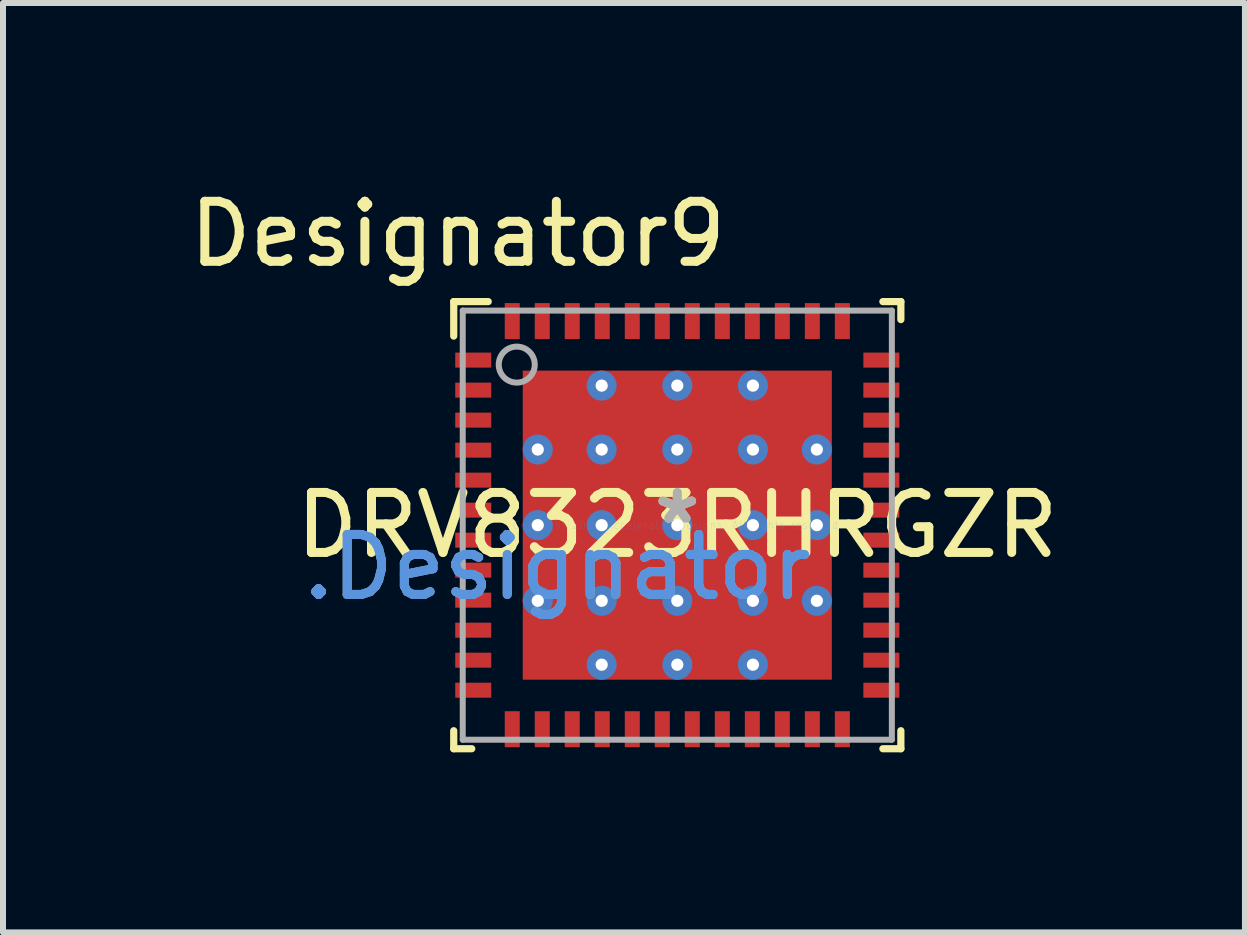
<source format=kicad_pcb>
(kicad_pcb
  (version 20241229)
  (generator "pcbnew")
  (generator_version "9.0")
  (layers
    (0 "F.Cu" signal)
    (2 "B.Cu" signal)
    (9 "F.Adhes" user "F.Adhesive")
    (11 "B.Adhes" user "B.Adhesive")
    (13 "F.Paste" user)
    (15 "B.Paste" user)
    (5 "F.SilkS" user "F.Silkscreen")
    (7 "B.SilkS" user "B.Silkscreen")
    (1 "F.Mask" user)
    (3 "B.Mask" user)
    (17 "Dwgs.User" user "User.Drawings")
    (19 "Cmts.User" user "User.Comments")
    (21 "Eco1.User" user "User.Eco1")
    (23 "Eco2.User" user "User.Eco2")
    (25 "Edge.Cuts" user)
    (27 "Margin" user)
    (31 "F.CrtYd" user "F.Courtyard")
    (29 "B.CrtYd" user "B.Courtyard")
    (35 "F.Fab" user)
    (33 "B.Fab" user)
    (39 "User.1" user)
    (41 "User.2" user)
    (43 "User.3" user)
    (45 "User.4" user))
  (footprint "DRV8323RHRGZR"
    (layer "F.Cu")
    (at 8.235 5.7)
    (property "Reference" "DRV8323RHRGZR" (at 0 0 0) (layer "F.SilkS") (effects (font (size 1 1) (thickness 0.15))))
    (attr through_hole)
    (fp_line (start -3.725 -3.725) (end -3.15 -3.725) (stroke (width 0.12) (type solid)) (layer "F.SilkS"))
    (fp_line (start -3.725 -3.15) (end -3.725 -3.725) (stroke (width 0.12) (type solid)) (layer "F.SilkS"))
    (fp_line (start -3.725 3.725) (end -3.725 3.425) (stroke (width 0.12) (type solid)) (layer "F.SilkS"))
    (fp_line (start -3.725 3.725) (end -3.425 3.725) (stroke (width 0.12) (type solid)) (layer "F.SilkS"))
    (fp_line (start 3.425 -3.725) (end 3.725 -3.725) (stroke (width 0.12) (type solid)) (layer "F.SilkS"))
    (fp_line (start 3.425 3.725) (end 3.725 3.725) (stroke (width 0.12) (type solid)) (layer "F.SilkS"))
    (fp_line (start 3.725 -3.425) (end 3.725 -3.725) (stroke (width 0.12) (type solid)) (layer "F.SilkS"))
    (fp_line (start 3.725 3.725) (end 3.725 3.425) (stroke (width 0.12) (type solid)) (layer "F.SilkS"))
    (fp_poly (pts (xy -1.36 -2.372) (xy -1.36 -1.408) (xy -1.361 -1.398) (xy -1.364 -1.389) (xy -1.368 -1.381) (xy -1.374 -1.374) (xy -1.381 -1.368) (xy -1.389 -1.364) (xy -1.398 -1.361) (xy -1.408 -1.36) (xy -2.372 -1.36) (xy -2.382 -1.361) (xy -2.391 -1.364) (xy -2.399 -1.368) (xy -2.406 -1.374) (xy -2.412 -1.381) (xy -2.416 -1.389) (xy -2.419 -1.398) (xy -2.42 -1.408) (xy -2.42 -2.372) (xy -2.419 -2.382) (xy -2.416 -2.391) (xy -2.412 -2.399) (xy -2.406 -2.406) (xy -2.399 -2.412) (xy -2.391 -2.416) (xy -2.382 -2.419) (xy -2.372 -2.42) (xy -1.408 -2.42) (xy -1.398 -2.419) (xy -1.389 -2.416) (xy -1.381 -2.412) (xy -1.374 -2.406) (xy -1.368 -2.399) (xy -1.364 -2.391) (xy -1.361 -2.382)) (stroke (width 0.1) (type solid)) (fill yes) (layer "F.Paste"))
    (fp_poly (pts (xy -1.36 -1.112) (xy -1.36 -0.148) (xy -1.361 -0.138) (xy -1.364 -0.129) (xy -1.368 -0.121) (xy -1.374 -0.114) (xy -1.381 -0.108) (xy -1.389 -0.104) (xy -1.398 -0.101) (xy -1.408 -0.1) (xy -2.372 -0.1) (xy -2.382 -0.101) (xy -2.391 -0.104) (xy -2.399 -0.108) (xy -2.406 -0.114) (xy -2.412 -0.121) (xy -2.416 -0.129) (xy -2.419 -0.138) (xy -2.42 -0.148) (xy -2.42 -1.112) (xy -2.419 -1.122) (xy -2.416 -1.131) (xy -2.412 -1.139) (xy -2.406 -1.146) (xy -2.399 -1.152) (xy -2.391 -1.156) (xy -2.382 -1.159) (xy -2.372 -1.16) (xy -1.408 -1.16) (xy -1.398 -1.159) (xy -1.389 -1.156) (xy -1.381 -1.152) (xy -1.374 -1.146) (xy -1.368 -1.139) (xy -1.364 -1.131) (xy -1.361 -1.122)) (stroke (width 0.1) (type solid)) (fill yes) (layer "F.Paste"))
    (fp_poly (pts (xy -1.36 0.148) (xy -1.36 1.112) (xy -1.361 1.122) (xy -1.364 1.131) (xy -1.368 1.139) (xy -1.374 1.146) (xy -1.381 1.152) (xy -1.389 1.156) (xy -1.398 1.159) (xy -1.408 1.16) (xy -2.372 1.16) (xy -2.382 1.159) (xy -2.391 1.156) (xy -2.399 1.152) (xy -2.406 1.146) (xy -2.412 1.139) (xy -2.416 1.131) (xy -2.419 1.122) (xy -2.42 1.112) (xy -2.42 0.148) (xy -2.419 0.138) (xy -2.416 0.129) (xy -2.412 0.121) (xy -2.406 0.114) (xy -2.399 0.108) (xy -2.391 0.104) (xy -2.382 0.101) (xy -2.372 0.1) (xy -1.408 0.1) (xy -1.398 0.101) (xy -1.389 0.104) (xy -1.381 0.108) (xy -1.374 0.114) (xy -1.368 0.121) (xy -1.364 0.129) (xy -1.361 0.138)) (stroke (width 0.1) (type solid)) (fill yes) (layer "F.Paste"))
    (fp_poly (pts (xy -1.36 1.408) (xy -1.36 2.372) (xy -1.361 2.382) (xy -1.364 2.391) (xy -1.368 2.399) (xy -1.374 2.406) (xy -1.381 2.412) (xy -1.389 2.416) (xy -1.398 2.419) (xy -1.408 2.42) (xy -2.372 2.42) (xy -2.382 2.419) (xy -2.391 2.416) (xy -2.399 2.412) (xy -2.406 2.406) (xy -2.412 2.399) (xy -2.416 2.391) (xy -2.419 2.382) (xy -2.42 2.372) (xy -2.42 1.408) (xy -2.419 1.398) (xy -2.416 1.389) (xy -2.412 1.381) (xy -2.406 1.374) (xy -2.399 1.368) (xy -2.391 1.364) (xy -2.382 1.361) (xy -2.372 1.36) (xy -1.408 1.36) (xy -1.398 1.361) (xy -1.389 1.364) (xy -1.381 1.368) (xy -1.374 1.374) (xy -1.368 1.381) (xy -1.364 1.389) (xy -1.361 1.398)) (stroke (width 0.1) (type solid)) (fill yes) (layer "F.Paste"))
    (fp_poly (pts (xy -0.1 -2.372) (xy -0.1 -1.408) (xy -0.101 -1.398) (xy -0.104 -1.389) (xy -0.108 -1.381) (xy -0.114 -1.374) (xy -0.121 -1.368) (xy -0.129 -1.364) (xy -0.138 -1.361) (xy -0.148 -1.36) (xy -1.112 -1.36) (xy -1.122 -1.361) (xy -1.131 -1.364) (xy -1.139 -1.368) (xy -1.146 -1.374) (xy -1.152 -1.381) (xy -1.156 -1.389) (xy -1.159 -1.398) (xy -1.16 -1.408) (xy -1.16 -2.372) (xy -1.159 -2.382) (xy -1.156 -2.391) (xy -1.152 -2.399) (xy -1.146 -2.406) (xy -1.139 -2.412) (xy -1.131 -2.416) (xy -1.122 -2.419) (xy -1.112 -2.42) (xy -0.148 -2.42) (xy -0.138 -2.419) (xy -0.129 -2.416) (xy -0.121 -2.412) (xy -0.114 -2.406) (xy -0.108 -2.399) (xy -0.104 -2.391) (xy -0.101 -2.382)) (stroke (width 0.1) (type solid)) (fill yes) (layer "F.Paste"))
    (fp_poly (pts (xy -0.1 -1.112) (xy -0.1 -0.148) (xy -0.101 -0.138) (xy -0.104 -0.129) (xy -0.108 -0.121) (xy -0.114 -0.114) (xy -0.121 -0.108) (xy -0.129 -0.104) (xy -0.138 -0.101) (xy -0.148 -0.1) (xy -1.112 -0.1) (xy -1.122 -0.101) (xy -1.131 -0.104) (xy -1.139 -0.108) (xy -1.146 -0.114) (xy -1.152 -0.121) (xy -1.156 -0.129) (xy -1.159 -0.138) (xy -1.16 -0.148) (xy -1.16 -1.112) (xy -1.159 -1.122) (xy -1.156 -1.131) (xy -1.152 -1.139) (xy -1.146 -1.146) (xy -1.139 -1.152) (xy -1.131 -1.156) (xy -1.122 -1.159) (xy -1.112 -1.16) (xy -0.148 -1.16) (xy -0.138 -1.159) (xy -0.129 -1.156) (xy -0.121 -1.152) (xy -0.114 -1.146) (xy -0.108 -1.139) (xy -0.104 -1.131) (xy -0.101 -1.122)) (stroke (width 0.1) (type solid)) (fill yes) (layer "F.Paste"))
    (fp_poly (pts (xy -0.1 0.148) (xy -0.1 1.112) (xy -0.101 1.122) (xy -0.104 1.131) (xy -0.108 1.139) (xy -0.114 1.146) (xy -0.121 1.152) (xy -0.129 1.156) (xy -0.138 1.159) (xy -0.148 1.16) (xy -1.112 1.16) (xy -1.122 1.159) (xy -1.131 1.156) (xy -1.139 1.152) (xy -1.146 1.146) (xy -1.152 1.139) (xy -1.156 1.131) (xy -1.159 1.122) (xy -1.16 1.112) (xy -1.16 0.148) (xy -1.159 0.138) (xy -1.156 0.129) (xy -1.152 0.121) (xy -1.146 0.114) (xy -1.139 0.108) (xy -1.131 0.104) (xy -1.122 0.101) (xy -1.112 0.1) (xy -0.148 0.1) (xy -0.138 0.101) (xy -0.129 0.104) (xy -0.121 0.108) (xy -0.114 0.114) (xy -0.108 0.121) (xy -0.104 0.129) (xy -0.101 0.138)) (stroke (width 0.1) (type solid)) (fill yes) (layer "F.Paste"))
    (fp_poly (pts (xy -0.1 1.408) (xy -0.1 2.372) (xy -0.101 2.382) (xy -0.104 2.391) (xy -0.108 2.399) (xy -0.114 2.406) (xy -0.121 2.412) (xy -0.129 2.416) (xy -0.138 2.419) (xy -0.148 2.42) (xy -1.112 2.42) (xy -1.122 2.419) (xy -1.131 2.416) (xy -1.139 2.412) (xy -1.146 2.406) (xy -1.152 2.399) (xy -1.156 2.391) (xy -1.159 2.382) (xy -1.16 2.372) (xy -1.16 1.408) (xy -1.159 1.398) (xy -1.156 1.389) (xy -1.152 1.381) (xy -1.146 1.374) (xy -1.139 1.368) (xy -1.131 1.364) (xy -1.122 1.361) (xy -1.112 1.36) (xy -0.148 1.36) (xy -0.138 1.361) (xy -0.129 1.364) (xy -0.121 1.368) (xy -0.114 1.374) (xy -0.108 1.381) (xy -0.104 1.389) (xy -0.101 1.398)) (stroke (width 0.1) (type solid)) (fill yes) (layer "F.Paste"))
    (fp_poly (pts (xy 0.1 -1.408) (xy 0.1 -2.372) (xy 0.101 -2.382) (xy 0.104 -2.391) (xy 0.108 -2.399) (xy 0.114 -2.406) (xy 0.121 -2.412) (xy 0.129 -2.416) (xy 0.138 -2.419) (xy 0.148 -2.42) (xy 1.112 -2.42) (xy 1.122 -2.419) (xy 1.131 -2.416) (xy 1.139 -2.412) (xy 1.146 -2.406) (xy 1.152 -2.399) (xy 1.156 -2.391) (xy 1.159 -2.382) (xy 1.16 -2.372) (xy 1.16 -1.408) (xy 1.159 -1.398) (xy 1.156 -1.389) (xy 1.152 -1.381) (xy 1.146 -1.374) (xy 1.139 -1.368) (xy 1.131 -1.364) (xy 1.122 -1.361) (xy 1.112 -1.36) (xy 0.148 -1.36) (xy 0.138 -1.361) (xy 0.129 -1.364) (xy 0.121 -1.368) (xy 0.114 -1.374) (xy 0.108 -1.381) (xy 0.104 -1.389) (xy 0.101 -1.398)) (stroke (width 0.1) (type solid)) (fill yes) (layer "F.Paste"))
    (fp_poly (pts (xy 0.1 -0.148) (xy 0.1 -1.112) (xy 0.101 -1.122) (xy 0.104 -1.131) (xy 0.108 -1.139) (xy 0.114 -1.146) (xy 0.121 -1.152) (xy 0.129 -1.156) (xy 0.138 -1.159) (xy 0.148 -1.16) (xy 1.112 -1.16) (xy 1.122 -1.159) (xy 1.131 -1.156) (xy 1.139 -1.152) (xy 1.146 -1.146) (xy 1.152 -1.139) (xy 1.156 -1.131) (xy 1.159 -1.122) (xy 1.16 -1.112) (xy 1.16 -0.148) (xy 1.159 -0.138) (xy 1.156 -0.129) (xy 1.152 -0.121) (xy 1.146 -0.114) (xy 1.139 -0.108) (xy 1.131 -0.104) (xy 1.122 -0.101) (xy 1.112 -0.1) (xy 0.148 -0.1) (xy 0.138 -0.101) (xy 0.129 -0.104) (xy 0.121 -0.108) (xy 0.114 -0.114) (xy 0.108 -0.121) (xy 0.104 -0.129) (xy 0.101 -0.138)) (stroke (width 0.1) (type solid)) (fill yes) (layer "F.Paste"))
    (fp_poly (pts (xy 0.1 1.112) (xy 0.1 0.148) (xy 0.101 0.138) (xy 0.104 0.129) (xy 0.108 0.121) (xy 0.114 0.114) (xy 0.121 0.108) (xy 0.129 0.104) (xy 0.138 0.101) (xy 0.148 0.1) (xy 1.112 0.1) (xy 1.122 0.101) (xy 1.131 0.104) (xy 1.139 0.108) (xy 1.146 0.114) (xy 1.152 0.121) (xy 1.156 0.129) (xy 1.159 0.138) (xy 1.16 0.148) (xy 1.16 1.112) (xy 1.159 1.122) (xy 1.156 1.131) (xy 1.152 1.139) (xy 1.146 1.146) (xy 1.139 1.152) (xy 1.131 1.156) (xy 1.122 1.159) (xy 1.112 1.16) (xy 0.148 1.16) (xy 0.138 1.159) (xy 0.129 1.156) (xy 0.121 1.152) (xy 0.114 1.146) (xy 0.108 1.139) (xy 0.104 1.131) (xy 0.101 1.122)) (stroke (width 0.1) (type solid)) (fill yes) (layer "F.Paste"))
    (fp_poly (pts (xy 0.1 2.372) (xy 0.1 1.408) (xy 0.101 1.398) (xy 0.104 1.389) (xy 0.108 1.381) (xy 0.114 1.374) (xy 0.121 1.368) (xy 0.129 1.364) (xy 0.138 1.361) (xy 0.148 1.36) (xy 1.112 1.36) (xy 1.122 1.361) (xy 1.131 1.364) (xy 1.139 1.368) (xy 1.146 1.374) (xy 1.152 1.381) (xy 1.156 1.389) (xy 1.159 1.398) (xy 1.16 1.408) (xy 1.16 2.372) (xy 1.159 2.382) (xy 1.156 2.391) (xy 1.152 2.399) (xy 1.146 2.406) (xy 1.139 2.412) (xy 1.131 2.416) (xy 1.122 2.419) (xy 1.112 2.42) (xy 0.148 2.42) (xy 0.138 2.419) (xy 0.129 2.416) (xy 0.121 2.412) (xy 0.114 2.406) (xy 0.108 2.399) (xy 0.104 2.391) (xy 0.101 2.382)) (stroke (width 0.1) (type solid)) (fill yes) (layer "F.Paste"))
    (fp_poly (pts (xy 1.36 -1.408) (xy 1.36 -2.372) (xy 1.361 -2.382) (xy 1.364 -2.391) (xy 1.368 -2.399) (xy 1.374 -2.406) (xy 1.381 -2.412) (xy 1.389 -2.416) (xy 1.398 -2.419) (xy 1.408 -2.42) (xy 2.372 -2.42) (xy 2.382 -2.419) (xy 2.391 -2.416) (xy 2.399 -2.412) (xy 2.406 -2.406) (xy 2.412 -2.399) (xy 2.416 -2.391) (xy 2.419 -2.382) (xy 2.42 -2.372) (xy 2.42 -1.408) (xy 2.419 -1.398) (xy 2.416 -1.389) (xy 2.412 -1.381) (xy 2.406 -1.374) (xy 2.399 -1.368) (xy 2.391 -1.364) (xy 2.382 -1.361) (xy 2.372 -1.36) (xy 1.408 -1.36) (xy 1.398 -1.361) (xy 1.389 -1.364) (xy 1.381 -1.368) (xy 1.374 -1.374) (xy 1.368 -1.381) (xy 1.364 -1.389) (xy 1.361 -1.398)) (stroke (width 0.1) (type solid)) (fill yes) (layer "F.Paste"))
    (fp_poly (pts (xy 1.36 -0.148) (xy 1.36 -1.112) (xy 1.361 -1.122) (xy 1.364 -1.131) (xy 1.368 -1.139) (xy 1.374 -1.146) (xy 1.381 -1.152) (xy 1.389 -1.156) (xy 1.398 -1.159) (xy 1.408 -1.16) (xy 2.372 -1.16) (xy 2.382 -1.159) (xy 2.391 -1.156) (xy 2.399 -1.152) (xy 2.406 -1.146) (xy 2.412 -1.139) (xy 2.416 -1.131) (xy 2.419 -1.122) (xy 2.42 -1.112) (xy 2.42 -0.148) (xy 2.419 -0.138) (xy 2.416 -0.129) (xy 2.412 -0.121) (xy 2.406 -0.114) (xy 2.399 -0.108) (xy 2.391 -0.104) (xy 2.382 -0.101) (xy 2.372 -0.1) (xy 1.408 -0.1) (xy 1.398 -0.101) (xy 1.389 -0.104) (xy 1.381 -0.108) (xy 1.374 -0.114) (xy 1.368 -0.121) (xy 1.364 -0.129) (xy 1.361 -0.138)) (stroke (width 0.1) (type solid)) (fill yes) (layer "F.Paste"))
    (fp_poly (pts (xy 1.36 1.112) (xy 1.36 0.148) (xy 1.361 0.138) (xy 1.364 0.129) (xy 1.368 0.121) (xy 1.374 0.114) (xy 1.381 0.108) (xy 1.389 0.104) (xy 1.398 0.101) (xy 1.408 0.1) (xy 2.372 0.1) (xy 2.382 0.101) (xy 2.391 0.104) (xy 2.399 0.108) (xy 2.406 0.114) (xy 2.412 0.121) (xy 2.416 0.129) (xy 2.419 0.138) (xy 2.42 0.148) (xy 2.42 1.112) (xy 2.419 1.122) (xy 2.416 1.131) (xy 2.412 1.139) (xy 2.406 1.146) (xy 2.399 1.152) (xy 2.391 1.156) (xy 2.382 1.159) (xy 2.372 1.16) (xy 1.408 1.16) (xy 1.398 1.159) (xy 1.389 1.156) (xy 1.381 1.152) (xy 1.374 1.146) (xy 1.368 1.139) (xy 1.364 1.131) (xy 1.361 1.122)) (stroke (width 0.1) (type solid)) (fill yes) (layer "F.Paste"))
    (fp_poly (pts (xy 1.36 2.372) (xy 1.36 1.408) (xy 1.361 1.398) (xy 1.364 1.389) (xy 1.368 1.381) (xy 1.374 1.374) (xy 1.381 1.368) (xy 1.389 1.364) (xy 1.398 1.361) (xy 1.408 1.36) (xy 2.372 1.36) (xy 2.382 1.361) (xy 2.391 1.364) (xy 2.399 1.368) (xy 2.406 1.374) (xy 2.412 1.381) (xy 2.416 1.389) (xy 2.419 1.398) (xy 2.42 1.408) (xy 2.42 2.372) (xy 2.419 2.382) (xy 2.416 2.391) (xy 2.412 2.399) (xy 2.406 2.406) (xy 2.399 2.412) (xy 2.391 2.416) (xy 2.382 2.419) (xy 2.372 2.42) (xy 1.408 2.42) (xy 1.398 2.419) (xy 1.389 2.416) (xy 1.381 2.412) (xy 1.374 2.406) (xy 1.368 2.399) (xy 1.364 2.391) (xy 1.361 2.382)) (stroke (width 0.1) (type solid)) (fill yes) (layer "F.Paste"))
    (fp_line (start -3.575 -3.575) (end 3.575 -3.575) (stroke (width 0.1) (type solid)) (layer "F.Fab"))
    (fp_line (start -3.575 3.575) (end -3.575 -3.575) (stroke (width 0.1) (type solid)) (layer "F.Fab"))
    (fp_line (start -3.575 3.575) (end 3.575 3.575) (stroke (width 0.1) (type solid)) (layer "F.Fab"))
    (fp_line (start 3.575 3.575) (end 3.575 -3.575) (stroke (width 0.1) (type solid)) (layer "F.Fab"))
    (fp_circle (center -2.675 -2.675) (end -2.375 -2.675) (stroke (width 0.1) (type solid)) (fill no) (layer "F.Fab"))
    (fp_text user "*" (at 0 0 0) (layer "F.SilkS") (effects (font (size 1 1) (thickness 0.15))))
    (fp_text user "Designator9" (at -3.658 -4.851 0) (layer "F.SilkS") (effects (font (size 1 1) (thickness 0.15))))
    (fp_text user ".Designator" (at -2 0.7 0) (layer "Cmts.User") (effects (font (size 1 1) (thickness 0.15))))
    (fp_text user "Copyright 2021 Accelerated Designs. All rights reserved." (at 0 0 0) (layer "Cmts.User") (effects (font (size 0.127 0.127) (thickness 0.002))))
    (fp_text user "*" (at 0 0 0) (layer "F.Fab") (effects (font (size 1 1) (thickness 0.15))))
    (fp_text user ".Designator" (at -2 0.7 0) (layer "F.Fab") (effects (font (size 1 1) (thickness 0.15))))
    (pad "1" smd rect (at -3.4 -2.75 90) (size 0.25 0.6) (layers "F.Cu" "F.Mask" "F.Paste"))
    (pad "2" smd rect (at -3.4 -2.25 90) (size 0.25 0.6) (layers "F.Cu" "F.Mask" "F.Paste"))
    (pad "3" smd rect (at -3.4 -1.75 90) (size 0.25 0.6) (layers "F.Cu" "F.Mask" "F.Paste"))
    (pad "4" smd rect (at -3.4 -1.25 90) (size 0.25 0.6) (layers "F.Cu" "F.Mask" "F.Paste"))
    (pad "5" smd rect (at -3.4 -0.75 90) (size 0.25 0.6) (layers "F.Cu" "F.Mask" "F.Paste"))
    (pad "6" smd rect (at -3.4 -0.25 90) (size 0.25 0.6) (layers "F.Cu" "F.Mask" "F.Paste"))
    (pad "7" smd rect (at -3.4 0.25 90) (size 0.25 0.6) (layers "F.Cu" "F.Mask" "F.Paste"))
    (pad "8" smd rect (at -3.4 0.75 90) (size 0.25 0.6) (layers "F.Cu" "F.Mask" "F.Paste"))
    (pad "9" smd rect (at -3.4 1.25 90) (size 0.25 0.6) (layers "F.Cu" "F.Mask" "F.Paste"))
    (pad "10" smd rect (at -3.4 1.75 90) (size 0.25 0.6) (layers "F.Cu" "F.Mask" "F.Paste"))
    (pad "11" smd rect (at -3.4 2.25 90) (size 0.25 0.6) (layers "F.Cu" "F.Mask" "F.Paste"))
    (pad "12" smd rect (at -3.4 2.75 90) (size 0.25 0.6) (layers "F.Cu" "F.Mask" "F.Paste"))
    (pad "13" smd rect (at -2.75 3.4) (size 0.25 0.6) (layers "F.Cu" "F.Mask" "F.Paste"))
    (pad "14" smd rect (at -2.25 3.4) (size 0.25 0.6) (layers "F.Cu" "F.Mask" "F.Paste"))
    (pad "15" smd rect (at -1.75 3.4) (size 0.25 0.6) (layers "F.Cu" "F.Mask" "F.Paste"))
    (pad "16" smd rect (at -1.25 3.4) (size 0.25 0.6) (layers "F.Cu" "F.Mask" "F.Paste"))
    (pad "17" smd rect (at -0.75 3.4) (size 0.25 0.6) (layers "F.Cu" "F.Mask" "F.Paste"))
    (pad "18" smd rect (at -0.25 3.4) (size 0.25 0.6) (layers "F.Cu" "F.Mask" "F.Paste"))
    (pad "19" smd rect (at 0.25 3.4) (size 0.25 0.6) (layers "F.Cu" "F.Mask" "F.Paste"))
    (pad "20" smd rect (at 0.75 3.4) (size 0.25 0.6) (layers "F.Cu" "F.Mask" "F.Paste"))
    (pad "21" smd rect (at 1.25 3.4) (size 0.25 0.6) (layers "F.Cu" "F.Mask" "F.Paste"))
    (pad "22" smd rect (at 1.75 3.4) (size 0.25 0.6) (layers "F.Cu" "F.Mask" "F.Paste"))
    (pad "23" smd rect (at 2.25 3.4) (size 0.25 0.6) (layers "F.Cu" "F.Mask" "F.Paste"))
    (pad "24" smd rect (at 2.75 3.4) (size 0.25 0.6) (layers "F.Cu" "F.Mask" "F.Paste"))
    (pad "25" smd rect (at 3.4 2.75 90) (size 0.25 0.6) (layers "F.Cu" "F.Mask" "F.Paste"))
    (pad "26" smd rect (at 3.4 2.25 90) (size 0.25 0.6) (layers "F.Cu" "F.Mask" "F.Paste"))
    (pad "27" smd rect (at 3.4 1.75 90) (size 0.25 0.6) (layers "F.Cu" "F.Mask" "F.Paste"))
    (pad "28" smd rect (at 3.4 1.25 90) (size 0.25 0.6) (layers "F.Cu" "F.Mask" "F.Paste"))
    (pad "29" smd rect (at 3.4 0.75 90) (size 0.25 0.6) (layers "F.Cu" "F.Mask" "F.Paste"))
    (pad "30" smd rect (at 3.4 0.25 90) (size 0.25 0.6) (layers "F.Cu" "F.Mask" "F.Paste"))
    (pad "31" smd rect (at 3.4 -0.25 90) (size 0.25 0.6) (layers "F.Cu" "F.Mask" "F.Paste"))
    (pad "32" smd rect (at 3.4 -0.75 90) (size 0.25 0.6) (layers "F.Cu" "F.Mask" "F.Paste"))
    (pad "33" smd rect (at 3.4 -1.25 90) (size 0.25 0.6) (layers "F.Cu" "F.Mask" "F.Paste"))
    (pad "34" smd rect (at 3.4 -1.75 90) (size 0.25 0.6) (layers "F.Cu" "F.Mask" "F.Paste"))
    (pad "35" smd rect (at 3.4 -2.25 90) (size 0.25 0.6) (layers "F.Cu" "F.Mask" "F.Paste"))
    (pad "36" smd rect (at 3.4 -2.75 90) (size 0.25 0.6) (layers "F.Cu" "F.Mask" "F.Paste"))
    (pad "37" smd rect (at 2.75 -3.4) (size 0.25 0.6) (layers "F.Cu" "F.Mask" "F.Paste"))
    (pad "38" smd rect (at 2.25 -3.4) (size 0.25 0.6) (layers "F.Cu" "F.Mask" "F.Paste"))
    (pad "39" smd rect (at 1.75 -3.4) (size 0.25 0.6) (layers "F.Cu" "F.Mask" "F.Paste"))
    (pad "40" smd rect (at 1.25 -3.4) (size 0.25 0.6) (layers "F.Cu" "F.Mask" "F.Paste"))
    (pad "41" smd rect (at 0.75 -3.4) (size 0.25 0.6) (layers "F.Cu" "F.Mask" "F.Paste"))
    (pad "42" smd rect (at 0.25 -3.4) (size 0.25 0.6) (layers "F.Cu" "F.Mask" "F.Paste"))
    (pad "43" smd rect (at -0.25 -3.4) (size 0.25 0.6) (layers "F.Cu" "F.Mask" "F.Paste"))
    (pad "44" smd rect (at -0.75 -3.4) (size 0.25 0.6) (layers "F.Cu" "F.Mask" "F.Paste"))
    (pad "45" smd rect (at -1.25 -3.4) (size 0.25 0.6) (layers "F.Cu" "F.Mask" "F.Paste"))
    (pad "46" smd rect (at -1.75 -3.4) (size 0.25 0.6) (layers "F.Cu" "F.Mask" "F.Paste"))
    (pad "47" smd rect (at -2.25 -3.4) (size 0.25 0.6) (layers "F.Cu" "F.Mask" "F.Paste"))
    (pad "48" smd rect (at -2.75 -3.4) (size 0.25 0.6) (layers "F.Cu" "F.Mask" "F.Paste"))
    (pad "49" smd rect (at 0 0) (size 5.15 5.15) (layers "F.Cu" "F.Mask"))
    (pad "V" thru_hole circle (at -2.325 -1.26) (size 0.5 0.5) (drill 0.203) (layers "*.Cu" "*.Mask"))
    (pad "V" thru_hole circle (at -2.325 0) (size 0.5 0.5) (drill 0.203) (layers "*.Cu" "*.Mask"))
    (pad "V" thru_hole circle (at -2.325 1.26) (size 0.5 0.5) (drill 0.203) (layers "*.Cu" "*.Mask"))
    (pad "V" thru_hole circle (at -1.26 -2.325) (size 0.5 0.5) (drill 0.203) (layers "*.Cu" "*.Mask"))
    (pad "V" thru_hole circle (at -1.26 -1.26) (size 0.5 0.5) (drill 0.203) (layers "*.Cu" "*.Mask"))
    (pad "V" thru_hole circle (at -1.26 0) (size 0.5 0.5) (drill 0.203) (layers "*.Cu" "*.Mask"))
    (pad "V" thru_hole circle (at -1.26 1.26) (size 0.5 0.5) (drill 0.203) (layers "*.Cu" "*.Mask"))
    (pad "V" thru_hole circle (at -1.26 2.325) (size 0.5 0.5) (drill 0.203) (layers "*.Cu" "*.Mask"))
    (pad "V" thru_hole circle (at 0 -2.325) (size 0.5 0.5) (drill 0.203) (layers "*.Cu" "*.Mask"))
    (pad "V" thru_hole circle (at 0 -1.26) (size 0.5 0.5) (drill 0.203) (layers "*.Cu" "*.Mask"))
    (pad "V" thru_hole circle (at 0 0) (size 0.5 0.5) (drill 0.203) (layers "*.Cu" "*.Mask"))
    (pad "V" thru_hole circle (at 0 1.26) (size 0.5 0.5) (drill 0.203) (layers "*.Cu" "*.Mask"))
    (pad "V" thru_hole circle (at 0 2.325) (size 0.5 0.5) (drill 0.203) (layers "*.Cu" "*.Mask"))
    (pad "V" thru_hole circle (at 1.26 -2.325) (size 0.5 0.5) (drill 0.203) (layers "*.Cu" "*.Mask"))
    (pad "V" thru_hole circle (at 1.26 -1.26) (size 0.5 0.5) (drill 0.203) (layers "*.Cu" "*.Mask"))
    (pad "V" thru_hole circle (at 1.26 0) (size 0.5 0.5) (drill 0.203) (layers "*.Cu" "*.Mask"))
    (pad "V" thru_hole circle (at 1.26 1.26) (size 0.5 0.5) (drill 0.203) (layers "*.Cu" "*.Mask"))
    (pad "V" thru_hole circle (at 1.26 2.325) (size 0.5 0.5) (drill 0.203) (layers "*.Cu" "*.Mask"))
    (pad "V" thru_hole circle (at 2.325 -1.26) (size 0.5 0.5) (drill 0.203) (layers "*.Cu" "*.Mask"))
    (pad "V" thru_hole circle (at 2.325 0) (size 0.5 0.5) (drill 0.203) (layers "*.Cu" "*.Mask"))
    (pad "V" thru_hole circle (at 2.325 1.26) (size 0.5 0.5) (drill 0.203) (layers "*.Cu" "*.Mask")))
  (gr_rect
    (start -3 -3)
    (end 17.693 12.485)
    (stroke (width 0.1) (type default))
    (fill no)
    (layer "Edge.Cuts")))
</source>
